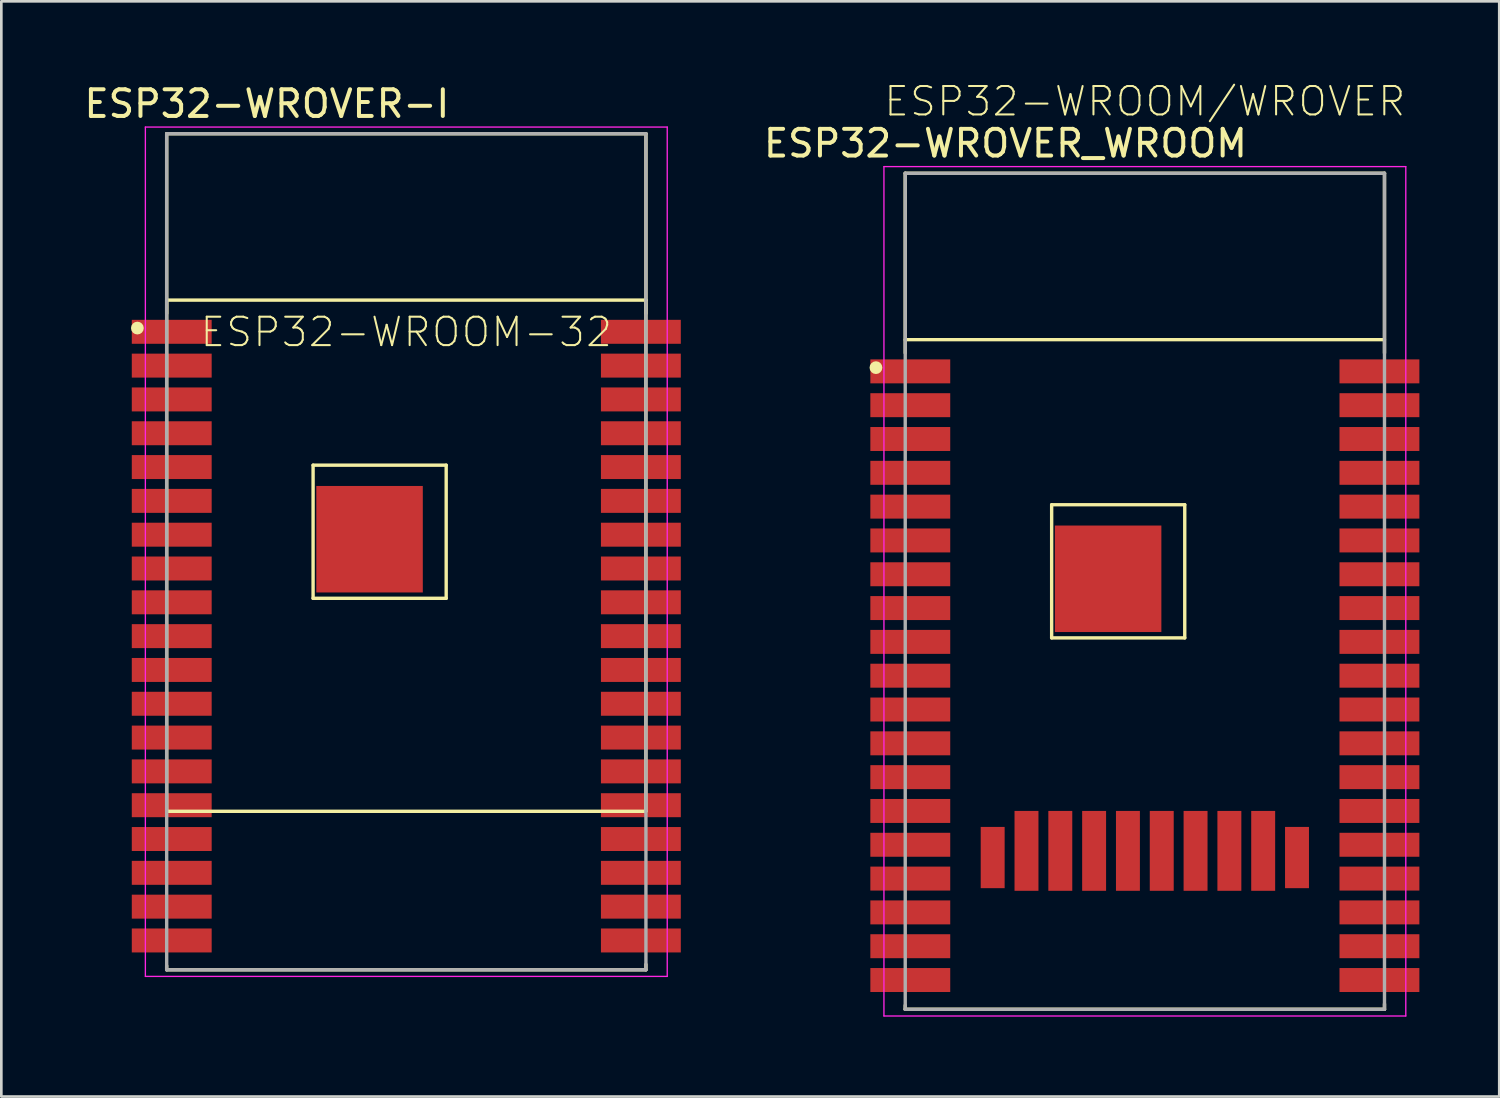
<source format=kicad_pcb>
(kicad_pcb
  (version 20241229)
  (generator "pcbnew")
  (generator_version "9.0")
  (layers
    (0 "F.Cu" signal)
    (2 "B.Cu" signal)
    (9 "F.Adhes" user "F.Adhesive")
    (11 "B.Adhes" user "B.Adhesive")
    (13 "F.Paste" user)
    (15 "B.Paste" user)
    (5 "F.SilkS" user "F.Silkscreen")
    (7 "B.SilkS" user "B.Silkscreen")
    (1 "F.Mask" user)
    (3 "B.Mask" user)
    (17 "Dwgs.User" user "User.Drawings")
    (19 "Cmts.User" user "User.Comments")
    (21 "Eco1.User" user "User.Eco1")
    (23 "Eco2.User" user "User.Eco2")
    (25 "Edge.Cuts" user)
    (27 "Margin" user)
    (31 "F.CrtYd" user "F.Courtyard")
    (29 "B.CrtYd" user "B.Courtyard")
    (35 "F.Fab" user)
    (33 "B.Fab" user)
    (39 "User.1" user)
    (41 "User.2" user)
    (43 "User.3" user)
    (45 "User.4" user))
  (footprint "ESP32-WROVER-I"
    (layer "F.Cu")
    (at 12.21 17.672)
    (property "Reference" "ESP32-WROVER-I" (at -5.237 -16.823 0) (layer "F.SilkS") (effects (font (size 1.002 1.002) (thickness 0.15))))
    (attr smd)
    (fp_line (start -9 -15.7) (end 9 -15.7) (stroke (width 0.127) (type solid)) (layer "F.SilkS"))
    (fp_line (start -9 -9.451) (end -9 9.749) (stroke (width 0.127) (type solid)) (layer "F.SilkS"))
    (fp_line (start -9 -9.451) (end 8.998 -9.451) (stroke (width 0.127) (type solid)) (layer "F.SilkS"))
    (fp_line (start -9 -8.95) (end -9 -15.7) (stroke (width 0.127) (type solid)) (layer "F.SilkS"))
    (fp_line (start -9 9.749) (end 8.998 9.749) (stroke (width 0.127) (type solid)) (layer "F.SilkS"))
    (fp_line (start -9 15.55) (end -9 15.7) (stroke (width 0.127) (type solid)) (layer "F.SilkS"))
    (fp_line (start -9 15.7) (end 9 15.7) (stroke (width 0.127) (type solid)) (layer "F.SilkS"))
    (fp_line (start -3.501 -3.251) (end -3.501 1.75) (stroke (width 0.127) (type solid)) (layer "F.SilkS"))
    (fp_line (start -3.501 1.75) (end 1.498 1.75) (stroke (width 0.127) (type solid)) (layer "F.SilkS"))
    (fp_line (start 1.498 -3.251) (end -3.501 -3.251) (stroke (width 0.127) (type solid)) (layer "F.SilkS"))
    (fp_line (start 1.498 1.75) (end 1.498 -3.251) (stroke (width 0.127) (type solid)) (layer "F.SilkS"))
    (fp_line (start 8.998 9.749) (end 8.998 -9.451) (stroke (width 0.127) (type solid)) (layer "F.SilkS"))
    (fp_line (start 9 -15.7) (end 9 -8.95) (stroke (width 0.127) (type solid)) (layer "F.SilkS"))
    (fp_line (start 9 15.7) (end 9 15.5) (stroke (width 0.127) (type solid)) (layer "F.SilkS"))
    (fp_circle (center -10.1 -8.4) (end -9.98 -8.4) (stroke (width 0.24) (type solid)) (fill no) (layer "F.SilkS"))
    (fp_poly (pts (xy -2.648 -1.735) (xy -0.115 -1.735) (xy -0.115 0.796) (xy -2.648 0.796)) (stroke (width 0.01) (type solid)) (fill yes) (layer "F.Paste"))
    (fp_line (start -9.8 -15.95) (end 9.8 -15.95) (stroke (width 0.05) (type solid)) (layer "F.CrtYd"))
    (fp_line (start -9.8 15.95) (end -9.8 -15.95) (stroke (width 0.05) (type solid)) (layer "F.CrtYd"))
    (fp_line (start 9.8 -15.95) (end 9.8 15.95) (stroke (width 0.05) (type solid)) (layer "F.CrtYd"))
    (fp_line (start 9.8 15.95) (end -9.8 15.95) (stroke (width 0.05) (type solid)) (layer "F.CrtYd"))
    (fp_line (start -9 -15.7) (end 9 -15.7) (stroke (width 0.127) (type solid)) (layer "F.Fab"))
    (fp_line (start -9 15.7) (end -9 -15.7) (stroke (width 0.127) (type solid)) (layer "F.Fab"))
    (fp_line (start 9 -15.7) (end 9 15.7) (stroke (width 0.127) (type solid)) (layer "F.Fab"))
    (fp_line (start 9 15.7) (end -9 15.7) (stroke (width 0.127) (type solid)) (layer "F.Fab"))
    (fp_text user "ESP32-WROOM-32" (at -0.001 -8.25 0) (layer "F.SilkS") (effects (font (size 1.067 1.067) (thickness 0.076))))
    (pad "1" smd rect (at -8.81 -8.26) (size 3 0.9) (layers "F.Cu" "F.Mask" "F.Paste"))
    (pad "2" smd rect (at -8.81 -6.99) (size 3 0.9) (layers "F.Cu" "F.Mask" "F.Paste"))
    (pad "3" smd rect (at -8.81 -5.72) (size 3 0.9) (layers "F.Cu" "F.Mask" "F.Paste"))
    (pad "4" smd rect (at -8.81 -4.45) (size 3 0.9) (layers "F.Cu" "F.Mask" "F.Paste"))
    (pad "5" smd rect (at -8.81 -3.18) (size 3 0.9) (layers "F.Cu" "F.Mask" "F.Paste"))
    (pad "6" smd rect (at -8.81 -1.91) (size 3 0.9) (layers "F.Cu" "F.Mask" "F.Paste"))
    (pad "7" smd rect (at -8.81 -0.64) (size 3 0.9) (layers "F.Cu" "F.Mask" "F.Paste"))
    (pad "8" smd rect (at -8.81 0.63) (size 3 0.9) (layers "F.Cu" "F.Mask" "F.Paste"))
    (pad "9" smd rect (at -8.81 1.9) (size 3 0.9) (layers "F.Cu" "F.Mask" "F.Paste"))
    (pad "10" smd rect (at -8.81 3.17) (size 3 0.9) (layers "F.Cu" "F.Mask" "F.Paste"))
    (pad "11" smd rect (at -8.81 4.44) (size 3 0.9) (layers "F.Cu" "F.Mask" "F.Paste"))
    (pad "12" smd rect (at -8.81 5.71) (size 3 0.9) (layers "F.Cu" "F.Mask" "F.Paste"))
    (pad "13" smd rect (at -8.81 6.98) (size 3 0.9) (layers "F.Cu" "F.Mask" "F.Paste"))
    (pad "14" smd rect (at -8.81 8.25) (size 3 0.9) (layers "F.Cu" "F.Mask" "F.Paste"))
    (pad "15" smd rect (at -8.81 9.52) (size 3 0.9) (layers "F.Cu" "F.Mask" "F.Paste"))
    (pad "16" smd rect (at -8.81 10.79) (size 3 0.9) (layers "F.Cu" "F.Mask" "F.Paste"))
    (pad "17" smd rect (at -8.81 12.06) (size 3 0.9) (layers "F.Cu" "F.Mask" "F.Paste"))
    (pad "18" smd rect (at -8.81 13.33) (size 3 0.9) (layers "F.Cu" "F.Mask" "F.Paste"))
    (pad "19" smd rect (at -8.81 14.6) (size 3 0.9) (layers "F.Cu" "F.Mask" "F.Paste"))
    (pad "20" smd rect (at 8.81 14.6) (size 3 0.9) (layers "F.Cu" "F.Mask" "F.Paste"))
    (pad "21" smd rect (at 8.81 13.33) (size 3 0.9) (layers "F.Cu" "F.Mask" "F.Paste"))
    (pad "22" smd rect (at 8.81 12.06) (size 3 0.9) (layers "F.Cu" "F.Mask" "F.Paste"))
    (pad "23" smd rect (at 8.81 10.79) (size 3 0.9) (layers "F.Cu" "F.Mask" "F.Paste"))
    (pad "24" smd rect (at 8.81 9.52) (size 3 0.9) (layers "F.Cu" "F.Mask" "F.Paste"))
    (pad "25" smd rect (at 8.81 8.25) (size 3 0.9) (layers "F.Cu" "F.Mask" "F.Paste"))
    (pad "26" smd rect (at 8.81 6.98) (size 3 0.9) (layers "F.Cu" "F.Mask" "F.Paste"))
    (pad "27" smd rect (at 8.81 5.71) (size 3 0.9) (layers "F.Cu" "F.Mask" "F.Paste"))
    (pad "28" smd rect (at 8.81 4.44) (size 3 0.9) (layers "F.Cu" "F.Mask" "F.Paste"))
    (pad "29" smd rect (at 8.81 3.17) (size 3 0.9) (layers "F.Cu" "F.Mask" "F.Paste"))
    (pad "30" smd rect (at 8.81 1.9) (size 3 0.9) (layers "F.Cu" "F.Mask" "F.Paste"))
    (pad "31" smd rect (at 8.81 0.63) (size 3 0.9) (layers "F.Cu" "F.Mask" "F.Paste"))
    (pad "32" smd rect (at 8.81 -0.64) (size 3 0.9) (layers "F.Cu" "F.Mask" "F.Paste"))
    (pad "33" smd rect (at 8.81 -1.91) (size 3 0.9) (layers "F.Cu" "F.Mask" "F.Paste"))
    (pad "34" smd rect (at 8.81 -3.18) (size 3 0.9) (layers "F.Cu" "F.Mask" "F.Paste"))
    (pad "35" smd rect (at 8.81 -4.45) (size 3 0.9) (layers "F.Cu" "F.Mask" "F.Paste"))
    (pad "36" smd rect (at 8.81 -5.72) (size 3 0.9) (layers "F.Cu" "F.Mask" "F.Paste"))
    (pad "37" smd rect (at 8.81 -6.99) (size 3 0.9) (layers "F.Cu" "F.Mask" "F.Paste"))
    (pad "38" smd rect (at 8.81 -8.26) (size 3 0.9) (layers "F.Cu" "F.Mask" "F.Paste"))
    (pad "39" smd rect (at -1.38 -0.47) (size 4 4) (layers "F.Cu" "F.Mask")))
  (footprint "ESP32-WROVER_WROOM"
    (layer "F.Cu")
    (at 39.949 19.158)
    (property "Reference" "ESP32-WROVER_WROOM" (at -5.237 -16.823 0) (layer "F.SilkS") (effects (font (size 1.002 1.002) (thickness 0.15))))
    (attr smd)
    (fp_line (start -9 -15.7) (end 9 -15.7) (stroke (width 0.127) (type solid)) (layer "F.SilkS"))
    (fp_line (start -9 -9.451) (end 8.998 -9.451) (stroke (width 0.127) (type solid)) (layer "F.SilkS"))
    (fp_line (start -9 -8.95) (end -9 -15.7) (stroke (width 0.127) (type solid)) (layer "F.SilkS"))
    (fp_line (start -9 15.55) (end -9 15.7) (stroke (width 0.127) (type solid)) (layer "F.SilkS"))
    (fp_line (start -9 15.7) (end 9 15.7) (stroke (width 0.127) (type solid)) (layer "F.SilkS"))
    (fp_line (start -3.501 -3.251) (end -3.501 1.75) (stroke (width 0.127) (type solid)) (layer "F.SilkS"))
    (fp_line (start -3.501 1.75) (end 1.498 1.75) (stroke (width 0.127) (type solid)) (layer "F.SilkS"))
    (fp_line (start 1.498 -3.251) (end -3.501 -3.251) (stroke (width 0.127) (type solid)) (layer "F.SilkS"))
    (fp_line (start 1.498 1.75) (end 1.498 -3.251) (stroke (width 0.127) (type solid)) (layer "F.SilkS"))
    (fp_line (start 9 -15.7) (end 9 -8.95) (stroke (width 0.127) (type solid)) (layer "F.SilkS"))
    (fp_line (start 9 15.7) (end 9 15.5) (stroke (width 0.127) (type solid)) (layer "F.SilkS"))
    (fp_circle (center -10.1 -8.4) (end -9.98 -8.4) (stroke (width 0.24) (type solid)) (fill no) (layer "F.SilkS"))
    (fp_poly (pts (xy -2.648 -1.735) (xy -0.115 -1.735) (xy -0.115 0.796) (xy -2.648 0.796)) (stroke (width 0.01) (type solid)) (fill yes) (layer "F.Paste"))
    (fp_line (start -9.8 -15.95) (end 9.8 -15.95) (stroke (width 0.05) (type solid)) (layer "F.CrtYd"))
    (fp_line (start -9.8 15.95) (end -9.8 -15.95) (stroke (width 0.05) (type solid)) (layer "F.CrtYd"))
    (fp_line (start 9.8 -15.95) (end 9.8 15.95) (stroke (width 0.05) (type solid)) (layer "F.CrtYd"))
    (fp_line (start 9.8 15.95) (end -9.8 15.95) (stroke (width 0.05) (type solid)) (layer "F.CrtYd"))
    (fp_line (start -9 -15.7) (end 9 -15.7) (stroke (width 0.127) (type solid)) (layer "F.Fab"))
    (fp_line (start -9 15.7) (end -9 -15.7) (stroke (width 0.127) (type solid)) (layer "F.Fab"))
    (fp_line (start 9 -15.7) (end 9 15.7) (stroke (width 0.127) (type solid)) (layer "F.Fab"))
    (fp_line (start 9 15.7) (end -9 15.7) (stroke (width 0.127) (type solid)) (layer "F.Fab"))
    (fp_text user "ESP32-WROOM/WROVER" (at 0 -18.4 0) (layer "F.SilkS") (effects (font (size 1.067 1.067) (thickness 0.076))))
    (pad "1" smd rect (at -8.81 -8.26) (size 3 0.9) (layers "F.Cu" "F.Mask" "F.Paste"))
    (pad "2" smd rect (at -8.81 -6.99) (size 3 0.9) (layers "F.Cu" "F.Mask" "F.Paste"))
    (pad "3" smd rect (at -8.81 -5.72) (size 3 0.9) (layers "F.Cu" "F.Mask" "F.Paste"))
    (pad "4" smd rect (at -8.81 -4.45) (size 3 0.9) (layers "F.Cu" "F.Mask" "F.Paste"))
    (pad "5" smd rect (at -8.81 -3.18) (size 3 0.9) (layers "F.Cu" "F.Mask" "F.Paste"))
    (pad "6" smd rect (at -8.81 -1.91) (size 3 0.9) (layers "F.Cu" "F.Mask" "F.Paste"))
    (pad "7" smd rect (at -8.81 -0.64) (size 3 0.9) (layers "F.Cu" "F.Mask" "F.Paste"))
    (pad "8" smd rect (at -8.81 0.63) (size 3 0.9) (layers "F.Cu" "F.Mask" "F.Paste"))
    (pad "9" smd rect (at -8.81 1.9) (size 3 0.9) (layers "F.Cu" "F.Mask" "F.Paste"))
    (pad "10" smd rect (at -8.81 3.17) (size 3 0.9) (layers "F.Cu" "F.Mask" "F.Paste"))
    (pad "11" smd rect (at -8.81 4.44) (size 3 0.9) (layers "F.Cu" "F.Mask" "F.Paste"))
    (pad "12" smd rect (at -8.81 5.71) (size 3 0.9) (layers "F.Cu" "F.Mask" "F.Paste"))
    (pad "13" smd rect (at -8.81 6.98) (size 3 0.9) (layers "F.Cu" "F.Mask" "F.Paste"))
    (pad "14" smd rect (at -8.81 8.25) (size 3 0.9) (layers "F.Cu" "F.Mask" "F.Paste"))
    (pad "15" smd rect (at -8.81 9.52) (size 3 0.9) (layers "F.Cu" "F.Mask" "F.Paste"))
    (pad "15" smd rect (at -5.716 10 90) (size 2.3 0.899) (layers "F.Cu" "F.Mask" "F.Paste"))
    (pad "16" smd rect (at -8.81 10.79) (size 3 0.9) (layers "F.Cu" "F.Mask" "F.Paste"))
    (pad "16" smd rect (at -4.446 9.749 90) (size 3 0.899) (layers "F.Cu" "F.Mask" "F.Paste"))
    (pad "17" smd rect (at -8.81 12.06) (size 3 0.9) (layers "F.Cu" "F.Mask" "F.Paste"))
    (pad "17" smd rect (at -3.176 9.749 90) (size 3 0.899) (layers "F.Cu" "F.Mask" "F.Paste"))
    (pad "18" smd rect (at -8.81 13.33) (size 3 0.9) (layers "F.Cu" "F.Mask" "F.Paste"))
    (pad "18" smd rect (at -1.906 9.749 90) (size 3 0.899) (layers "F.Cu" "F.Mask" "F.Paste"))
    (pad "19" smd rect (at -8.81 14.6) (size 3 0.9) (layers "F.Cu" "F.Mask" "F.Paste"))
    (pad "19" smd rect (at -0.636 9.749 90) (size 3 0.899) (layers "F.Cu" "F.Mask" "F.Paste"))
    (pad "20" smd rect (at 0.634 9.749 90) (size 3 0.899) (layers "F.Cu" "F.Mask" "F.Paste"))
    (pad "20" smd rect (at 8.81 14.6) (size 3 0.9) (layers "F.Cu" "F.Mask" "F.Paste"))
    (pad "21" smd rect (at 1.904 9.749 90) (size 3 0.899) (layers "F.Cu" "F.Mask" "F.Paste"))
    (pad "21" smd rect (at 8.81 13.33) (size 3 0.9) (layers "F.Cu" "F.Mask" "F.Paste"))
    (pad "22" smd rect (at 3.174 9.749 90) (size 3 0.899) (layers "F.Cu" "F.Mask" "F.Paste"))
    (pad "22" smd rect (at 8.81 12.06) (size 3 0.9) (layers "F.Cu" "F.Mask" "F.Paste"))
    (pad "23" smd rect (at 4.444 9.749 90) (size 3 0.899) (layers "F.Cu" "F.Mask" "F.Paste"))
    (pad "23" smd rect (at 8.81 10.79) (size 3 0.9) (layers "F.Cu" "F.Mask" "F.Paste"))
    (pad "24" smd rect (at 5.714 10 90) (size 2.3 0.899) (layers "F.Cu" "F.Mask" "F.Paste"))
    (pad "24" smd rect (at 8.81 9.52) (size 3 0.9) (layers "F.Cu" "F.Mask" "F.Paste"))
    (pad "25" smd rect (at 8.81 8.25) (size 3 0.9) (layers "F.Cu" "F.Mask" "F.Paste"))
    (pad "26" smd rect (at 8.81 6.98) (size 3 0.9) (layers "F.Cu" "F.Mask" "F.Paste"))
    (pad "27" smd rect (at 8.81 5.71) (size 3 0.9) (layers "F.Cu" "F.Mask" "F.Paste"))
    (pad "28" smd rect (at 8.81 4.44) (size 3 0.9) (layers "F.Cu" "F.Mask" "F.Paste"))
    (pad "29" smd rect (at 8.81 3.17) (size 3 0.9) (layers "F.Cu" "F.Mask" "F.Paste"))
    (pad "30" smd rect (at 8.81 1.9) (size 3 0.9) (layers "F.Cu" "F.Mask" "F.Paste"))
    (pad "31" smd rect (at 8.81 0.63) (size 3 0.9) (layers "F.Cu" "F.Mask" "F.Paste"))
    (pad "32" smd rect (at 8.81 -0.64) (size 3 0.9) (layers "F.Cu" "F.Mask" "F.Paste"))
    (pad "33" smd rect (at 8.81 -1.91) (size 3 0.9) (layers "F.Cu" "F.Mask" "F.Paste"))
    (pad "34" smd rect (at 8.81 -3.18) (size 3 0.9) (layers "F.Cu" "F.Mask" "F.Paste"))
    (pad "35" smd rect (at 8.81 -4.45) (size 3 0.9) (layers "F.Cu" "F.Mask" "F.Paste"))
    (pad "36" smd rect (at 8.81 -5.72) (size 3 0.9) (layers "F.Cu" "F.Mask" "F.Paste"))
    (pad "37" smd rect (at 8.81 -6.99) (size 3 0.9) (layers "F.Cu" "F.Mask" "F.Paste"))
    (pad "38" smd rect (at 8.81 -8.26) (size 3 0.9) (layers "F.Cu" "F.Mask" "F.Paste"))
    (pad "39" smd rect (at -1.38 -0.47) (size 4 4) (layers "F.Cu" "F.Mask")))
  (gr_rect
    (start -3 -3)
    (end 53.259 38.133)
    (stroke (width 0.1) (type default))
    (fill no)
    (layer "Edge.Cuts")))
</source>
